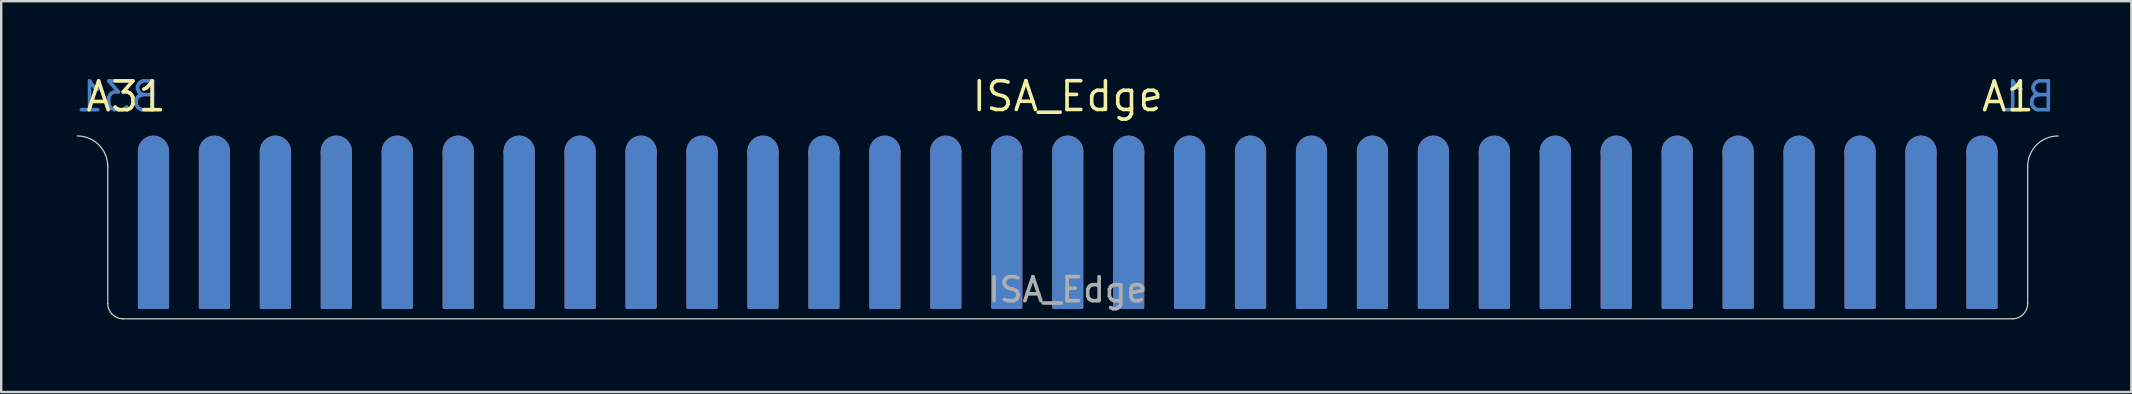
<source format=kicad_pcb>
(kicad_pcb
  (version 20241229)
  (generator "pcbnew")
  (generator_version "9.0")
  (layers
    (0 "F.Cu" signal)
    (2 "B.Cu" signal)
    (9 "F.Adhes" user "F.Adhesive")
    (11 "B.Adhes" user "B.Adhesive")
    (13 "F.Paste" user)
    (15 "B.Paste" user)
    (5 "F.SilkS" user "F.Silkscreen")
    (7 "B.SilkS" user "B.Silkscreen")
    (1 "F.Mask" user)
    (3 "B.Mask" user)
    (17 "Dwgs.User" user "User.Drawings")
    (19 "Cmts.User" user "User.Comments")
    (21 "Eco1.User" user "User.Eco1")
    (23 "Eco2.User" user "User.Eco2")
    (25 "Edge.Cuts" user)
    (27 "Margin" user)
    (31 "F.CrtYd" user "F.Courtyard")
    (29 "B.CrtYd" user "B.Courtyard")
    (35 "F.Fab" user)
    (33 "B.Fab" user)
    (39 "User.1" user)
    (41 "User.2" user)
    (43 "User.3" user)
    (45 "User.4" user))
  (footprint "ISA_Edge"
    (layer "F.Cu")
    (at 41.446 6.426)
    (property "Reference" "ISA_Edge" (at 0 -5.461 0) (unlocked yes) (layer "F.SilkS") (effects (font (size 1.2 1.2) (thickness 0.15))))
    (attr smd)
    (fp_rect (start -41.275 -4.445) (end -36.83 3.81) (stroke (width 0.1) (type solid)) (fill yes) (layer "F.Mask"))
    (fp_rect (start -36.83 -4.445) (end -34.29 3.81) (stroke (width 0.1) (type solid)) (fill yes) (layer "F.Mask"))
    (fp_rect (start -34.29 -4.445) (end -31.75 3.81) (stroke (width 0.1) (type solid)) (fill yes) (layer "F.Mask"))
    (fp_rect (start -31.75 -4.445) (end -29.21 3.81) (stroke (width 0.1) (type solid)) (fill yes) (layer "F.Mask"))
    (fp_rect (start -29.21 -4.445) (end -26.67 3.81) (stroke (width 0.1) (type solid)) (fill yes) (layer "F.Mask"))
    (fp_rect (start -26.67 -4.445) (end -24.13 3.81) (stroke (width 0.1) (type solid)) (fill yes) (layer "F.Mask"))
    (fp_rect (start -24.13 -4.445) (end -21.59 3.81) (stroke (width 0.1) (type solid)) (fill yes) (layer "F.Mask"))
    (fp_rect (start -21.59 -4.445) (end -19.05 3.81) (stroke (width 0.1) (type solid)) (fill yes) (layer "F.Mask"))
    (fp_rect (start -19.05 -4.445) (end -16.51 3.81) (stroke (width 0.1) (type solid)) (fill yes) (layer "F.Mask"))
    (fp_rect (start -16.51 -4.445) (end -13.97 3.81) (stroke (width 0.1) (type solid)) (fill yes) (layer "F.Mask"))
    (fp_rect (start -13.97 -4.445) (end -11.43 3.81) (stroke (width 0.1) (type solid)) (fill yes) (layer "F.Mask"))
    (fp_rect (start -11.43 -4.445) (end -8.89 3.81) (stroke (width 0.1) (type solid)) (fill yes) (layer "F.Mask"))
    (fp_rect (start -8.89 -4.445) (end -6.35 3.81) (stroke (width 0.1) (type solid)) (fill yes) (layer "F.Mask"))
    (fp_rect (start -6.35 -4.445) (end -3.81 3.81) (stroke (width 0.1) (type solid)) (fill yes) (layer "F.Mask"))
    (fp_rect (start -3.81 -4.445) (end -1.27 3.81) (stroke (width 0.1) (type solid)) (fill yes) (layer "F.Mask"))
    (fp_rect (start -1.27 -4.445) (end 1.27 3.81) (stroke (width 0.1) (type solid)) (fill yes) (layer "F.Mask"))
    (fp_rect (start 1.27 -4.445) (end 3.81 3.81) (stroke (width 0.1) (type solid)) (fill yes) (layer "F.Mask"))
    (fp_rect (start 3.81 -4.445) (end 6.35 3.81) (stroke (width 0.1) (type solid)) (fill yes) (layer "F.Mask"))
    (fp_rect (start 6.35 -4.445) (end 8.89 3.81) (stroke (width 0.1) (type solid)) (fill yes) (layer "F.Mask"))
    (fp_rect (start 8.89 -4.445) (end 11.43 3.81) (stroke (width 0.1) (type solid)) (fill yes) (layer "F.Mask"))
    (fp_rect (start 11.43 -4.445) (end 13.97 3.81) (stroke (width 0.1) (type solid)) (fill yes) (layer "F.Mask"))
    (fp_rect (start 13.97 -4.445) (end 16.51 3.81) (stroke (width 0.1) (type solid)) (fill yes) (layer "F.Mask"))
    (fp_rect (start 16.51 -4.445) (end 19.05 3.81) (stroke (width 0.1) (type solid)) (fill yes) (layer "F.Mask"))
    (fp_rect (start 19.05 -4.445) (end 21.59 3.81) (stroke (width 0.1) (type solid)) (fill yes) (layer "F.Mask"))
    (fp_rect (start 21.59 -4.445) (end 24.13 3.81) (stroke (width 0.1) (type solid)) (fill yes) (layer "F.Mask"))
    (fp_rect (start 24.13 -4.445) (end 26.67 3.81) (stroke (width 0.1) (type solid)) (fill yes) (layer "F.Mask"))
    (fp_rect (start 26.67 -4.445) (end 29.21 3.81) (stroke (width 0.1) (type solid)) (fill yes) (layer "F.Mask"))
    (fp_rect (start 29.21 -4.445) (end 31.75 3.81) (stroke (width 0.1) (type solid)) (fill yes) (layer "F.Mask"))
    (fp_rect (start 31.75 -4.445) (end 34.29 3.81) (stroke (width 0.1) (type solid)) (fill yes) (layer "F.Mask"))
    (fp_rect (start 34.29 -4.445) (end 36.83 3.81) (stroke (width 0.1) (type solid)) (fill yes) (layer "F.Mask"))
    (fp_rect (start 36.83 -4.445) (end 41.275 3.81) (stroke (width 0.1) (type solid)) (fill yes) (layer "F.Mask"))
    (fp_rect (start -41.275 -4.445) (end -36.83 3.81) (stroke (width 0.1) (type solid)) (fill yes) (layer "B.Mask"))
    (fp_rect (start -36.83 -4.445) (end -34.29 3.81) (stroke (width 0.1) (type solid)) (fill yes) (layer "B.Mask"))
    (fp_rect (start -34.29 -4.445) (end -31.75 3.81) (stroke (width 0.1) (type solid)) (fill yes) (layer "B.Mask"))
    (fp_rect (start -31.75 -4.445) (end -29.21 3.81) (stroke (width 0.1) (type solid)) (fill yes) (layer "B.Mask"))
    (fp_rect (start -29.21 -4.445) (end -26.67 3.81) (stroke (width 0.1) (type solid)) (fill yes) (layer "B.Mask"))
    (fp_rect (start -26.67 -4.445) (end -24.13 3.81) (stroke (width 0.1) (type solid)) (fill yes) (layer "B.Mask"))
    (fp_rect (start -24.13 -4.445) (end -21.59 3.81) (stroke (width 0.1) (type solid)) (fill yes) (layer "B.Mask"))
    (fp_rect (start -21.59 -4.445) (end -19.05 3.81) (stroke (width 0.1) (type solid)) (fill yes) (layer "B.Mask"))
    (fp_rect (start -19.05 -4.445) (end -16.51 3.81) (stroke (width 0.1) (type solid)) (fill yes) (layer "B.Mask"))
    (fp_rect (start -16.51 -4.445) (end -13.97 3.81) (stroke (width 0.1) (type solid)) (fill yes) (layer "B.Mask"))
    (fp_rect (start -13.97 -4.445) (end -11.43 3.81) (stroke (width 0.1) (type solid)) (fill yes) (layer "B.Mask"))
    (fp_rect (start -11.43 -4.445) (end -8.89 3.81) (stroke (width 0.1) (type solid)) (fill yes) (layer "B.Mask"))
    (fp_rect (start -8.89 -4.445) (end -6.35 3.81) (stroke (width 0.1) (type solid)) (fill yes) (layer "B.Mask"))
    (fp_rect (start -6.35 -4.445) (end -3.81 3.81) (stroke (width 0.1) (type solid)) (fill yes) (layer "B.Mask"))
    (fp_rect (start -3.81 -4.445) (end -1.27 3.81) (stroke (width 0.1) (type solid)) (fill yes) (layer "B.Mask"))
    (fp_rect (start -1.27 -4.445) (end 1.27 3.81) (stroke (width 0.1) (type solid)) (fill yes) (layer "B.Mask"))
    (fp_rect (start 1.27 -4.445) (end 3.81 3.81) (stroke (width 0.1) (type solid)) (fill yes) (layer "B.Mask"))
    (fp_rect (start 3.81 -4.445) (end 6.35 3.81) (stroke (width 0.1) (type solid)) (fill yes) (layer "B.Mask"))
    (fp_rect (start 6.35 -4.445) (end 8.89 3.81) (stroke (width 0.1) (type solid)) (fill yes) (layer "B.Mask"))
    (fp_rect (start 8.89 -4.445) (end 11.43 3.81) (stroke (width 0.1) (type solid)) (fill yes) (layer "B.Mask"))
    (fp_rect (start 11.43 -4.445) (end 13.97 3.81) (stroke (width 0.1) (type solid)) (fill yes) (layer "B.Mask"))
    (fp_rect (start 13.97 -4.445) (end 16.51 3.81) (stroke (width 0.1) (type solid)) (fill yes) (layer "B.Mask"))
    (fp_rect (start 16.51 -4.445) (end 19.05 3.81) (stroke (width 0.1) (type solid)) (fill yes) (layer "B.Mask"))
    (fp_rect (start 19.05 -4.445) (end 21.59 3.81) (stroke (width 0.1) (type solid)) (fill yes) (layer "B.Mask"))
    (fp_rect (start 21.59 -4.445) (end 24.13 3.81) (stroke (width 0.1) (type solid)) (fill yes) (layer "B.Mask"))
    (fp_rect (start 24.13 -4.445) (end 26.67 3.81) (stroke (width 0.1) (type solid)) (fill yes) (layer "B.Mask"))
    (fp_rect (start 26.67 -4.445) (end 29.21 3.81) (stroke (width 0.1) (type solid)) (fill yes) (layer "B.Mask"))
    (fp_rect (start 29.21 -4.445) (end 31.75 3.81) (stroke (width 0.1) (type solid)) (fill yes) (layer "B.Mask"))
    (fp_rect (start 31.75 -4.445) (end 34.29 3.81) (stroke (width 0.1) (type solid)) (fill yes) (layer "B.Mask"))
    (fp_rect (start 34.29 -4.445) (end 36.83 3.81) (stroke (width 0.1) (type solid)) (fill yes) (layer "B.Mask"))
    (fp_rect (start 36.83 -4.445) (end 41.275 3.81) (stroke (width 0.1) (type solid)) (fill yes) (layer "B.Mask"))
    (fp_line (start -40.005 3.175) (end -40.005 -2.54) (stroke (width 0.05) (type default)) (layer "Edge.Cuts"))
    (fp_line (start -39.37 3.81) (end 39.37 3.81) (stroke (width 0.05) (type default)) (layer "Edge.Cuts"))
    (fp_line (start 40.005 3.175) (end 40.005 -2.54) (stroke (width 0.05) (type default)) (layer "Edge.Cuts"))
    (fp_arc (start -41.275 -3.81) (mid -40.376974 -3.438026) (end -40.005 -2.54) (stroke (width 0.05) (type default)) (layer "Edge.Cuts"))
    (fp_arc (start -39.37 3.81) (mid -39.819013 3.624013) (end -40.005 3.175) (stroke (width 0.05) (type default)) (layer "Edge.Cuts"))
    (fp_arc (start 40.005 -2.54) (mid 40.376974 -3.438026) (end 41.275 -3.81) (stroke (width 0.05) (type default)) (layer "Edge.Cuts"))
    (fp_arc (start 40.005 3.175) (mid 39.819013 3.624013) (end 39.37 3.81) (stroke (width 0.05) (type default)) (layer "Edge.Cuts"))
    (fp_text user "B1" (at 41.25 -4.75 0) (unlocked yes) (layer "B.Cu") (effects (font (size 1.2 1.2) (thickness 0.15)) (justify left bottom mirror)))
    (fp_text user "B31" (at -37.75 -4.75 0) (unlocked yes) (layer "B.Cu") (effects (font (size 1.2 1.2) (thickness 0.15)) (justify left bottom mirror)))
    (fp_text user "A31" (at -41 -4.75 0) (unlocked yes) (layer "F.SilkS") (effects (font (size 1.2 1.2) (thickness 0.15)) (justify left bottom)))
    (fp_text user "A1" (at 38 -4.75 0) (unlocked yes) (layer "F.SilkS") (effects (font (size 1.2 1.2) (thickness 0.15)) (justify left bottom)))
    (fp_text user "${REFERENCE}" (at 0 2.6 0) (unlocked yes) (layer "F.Fab") (effects (font (size 1 1) (thickness 0.15))))
    (pad "a1" smd circle (at 38.1 -3.175) (size 1.3 1.3) (layers "F.Cu" "F.Mask" "F.Paste"))
    (pad "a1" smd roundrect (at 38.1 0.1) (size 1.3 6.6) (layers "F.Cu" "F.Mask" "F.Paste") (roundrect_rratio 0.05))
    (pad "a2" smd circle (at 35.56 -3.175) (size 1.3 1.3) (layers "F.Cu" "F.Mask" "F.Paste"))
    (pad "a2" smd roundrect (at 35.56 0.1) (size 1.3 6.6) (layers "F.Cu" "F.Mask" "F.Paste") (roundrect_rratio 0.05))
    (pad "a3" smd circle (at 33.02 -3.175) (size 1.3 1.3) (layers "F.Cu" "F.Mask" "F.Paste"))
    (pad "a3" smd roundrect (at 33.02 0.1) (size 1.3 6.6) (layers "F.Cu" "F.Mask" "F.Paste") (roundrect_rratio 0.05))
    (pad "a4" smd circle (at 30.48 -3.175) (size 1.3 1.3) (layers "F.Cu" "F.Mask" "F.Paste"))
    (pad "a4" smd roundrect (at 30.48 0.1) (size 1.3 6.6) (layers "F.Cu" "F.Mask" "F.Paste") (roundrect_rratio 0.05))
    (pad "a5" smd circle (at 27.94 -3.175) (size 1.3 1.3) (layers "F.Cu" "F.Mask" "F.Paste"))
    (pad "a5" smd roundrect (at 27.94 0.1) (size 1.3 6.6) (layers "F.Cu" "F.Mask" "F.Paste") (roundrect_rratio 0.05))
    (pad "a6" smd circle (at 25.4 -3.175) (size 1.3 1.3) (layers "F.Cu" "F.Mask" "F.Paste"))
    (pad "a6" smd roundrect (at 25.4 0.1) (size 1.3 6.6) (layers "F.Cu" "F.Mask" "F.Paste") (roundrect_rratio 0.05))
    (pad "a7" smd circle (at 22.86 -3.175) (size 1.3 1.3) (layers "F.Cu" "F.Mask" "F.Paste"))
    (pad "a7" smd roundrect (at 22.86 0.1) (size 1.3 6.6) (layers "F.Cu" "F.Mask" "F.Paste") (roundrect_rratio 0.05))
    (pad "a8" smd circle (at 20.32 -3.175) (size 1.3 1.3) (layers "F.Cu" "F.Mask" "F.Paste"))
    (pad "a8" smd roundrect (at 20.32 0.1) (size 1.3 6.6) (layers "F.Cu" "F.Mask" "F.Paste") (roundrect_rratio 0.05))
    (pad "a9" smd circle (at 17.78 -3.175) (size 1.3 1.3) (layers "F.Cu" "F.Mask" "F.Paste"))
    (pad "a9" smd roundrect (at 17.78 0.1) (size 1.3 6.6) (layers "F.Cu" "F.Mask" "F.Paste") (roundrect_rratio 0.05))
    (pad "a10" smd circle (at 15.24 -3.175) (size 1.3 1.3) (layers "F.Cu" "F.Mask" "F.Paste"))
    (pad "a10" smd roundrect (at 15.24 0.1) (size 1.3 6.6) (layers "F.Cu" "F.Mask" "F.Paste") (roundrect_rratio 0.05))
    (pad "a11" smd circle (at 12.7 -3.175) (size 1.3 1.3) (layers "F.Cu" "F.Mask" "F.Paste"))
    (pad "a11" smd roundrect (at 12.7 0.1) (size 1.3 6.6) (layers "F.Cu" "F.Mask" "F.Paste") (roundrect_rratio 0.05))
    (pad "a12" smd circle (at 10.16 -3.175) (size 1.3 1.3) (layers "F.Cu" "F.Mask" "F.Paste"))
    (pad "a12" smd roundrect (at 10.16 0.1) (size 1.3 6.6) (layers "F.Cu" "F.Mask" "F.Paste") (roundrect_rratio 0.05))
    (pad "a13" smd circle (at 7.62 -3.175) (size 1.3 1.3) (layers "F.Cu" "F.Mask" "F.Paste"))
    (pad "a13" smd roundrect (at 7.62 0.1) (size 1.3 6.6) (layers "F.Cu" "F.Mask" "F.Paste") (roundrect_rratio 0.05))
    (pad "a14" smd circle (at 5.08 -3.175) (size 1.3 1.3) (layers "F.Cu" "F.Mask" "F.Paste"))
    (pad "a14" smd roundrect (at 5.08 0.1) (size 1.3 6.6) (layers "F.Cu" "F.Mask" "F.Paste") (roundrect_rratio 0.05))
    (pad "a15" smd circle (at 2.54 -3.175) (size 1.3 1.3) (layers "F.Cu" "F.Mask" "F.Paste"))
    (pad "a15" smd roundrect (at 2.54 0.1) (size 1.3 6.6) (layers "F.Cu" "F.Mask" "F.Paste") (roundrect_rratio 0.05))
    (pad "a16" smd circle (at 0 -3.175) (size 1.3 1.3) (layers "F.Cu" "F.Mask" "F.Paste"))
    (pad "a16" smd roundrect (at 0 0.1) (size 1.3 6.6) (layers "F.Cu" "F.Mask" "F.Paste") (roundrect_rratio 0.05))
    (pad "a17" smd circle (at -2.54 -3.175) (size 1.3 1.3) (layers "F.Cu" "F.Mask" "F.Paste"))
    (pad "a17" smd roundrect (at -2.54 0.1) (size 1.3 6.6) (layers "F.Cu" "F.Mask" "F.Paste") (roundrect_rratio 0.05))
    (pad "a18" smd circle (at -5.08 -3.175) (size 1.3 1.3) (layers "F.Cu" "F.Mask" "F.Paste"))
    (pad "a18" smd roundrect (at -5.08 0.1) (size 1.3 6.6) (layers "F.Cu" "F.Mask" "F.Paste") (roundrect_rratio 0.05))
    (pad "a19" smd circle (at -7.62 -3.175) (size 1.3 1.3) (layers "F.Cu" "F.Mask" "F.Paste"))
    (pad "a19" smd roundrect (at -7.62 0.1) (size 1.3 6.6) (layers "F.Cu" "F.Mask" "F.Paste") (roundrect_rratio 0.05))
    (pad "a20" smd circle (at -10.16 -3.175) (size 1.3 1.3) (layers "F.Cu" "F.Mask" "F.Paste"))
    (pad "a20" smd roundrect (at -10.16 0.1) (size 1.3 6.6) (layers "F.Cu" "F.Mask" "F.Paste") (roundrect_rratio 0.05))
    (pad "a21" smd circle (at -12.7 -3.175) (size 1.3 1.3) (layers "F.Cu" "F.Mask" "F.Paste"))
    (pad "a21" smd roundrect (at -12.7 0.1) (size 1.3 6.6) (layers "F.Cu" "F.Mask" "F.Paste") (roundrect_rratio 0.05))
    (pad "a22" smd circle (at -15.24 -3.175) (size 1.3 1.3) (layers "F.Cu" "F.Mask" "F.Paste"))
    (pad "a22" smd roundrect (at -15.24 0.1) (size 1.3 6.6) (layers "F.Cu" "F.Mask" "F.Paste") (roundrect_rratio 0.05))
    (pad "a23" smd circle (at -17.78 -3.175) (size 1.3 1.3) (layers "F.Cu" "F.Mask" "F.Paste"))
    (pad "a23" smd roundrect (at -17.78 0.1) (size 1.3 6.6) (layers "F.Cu" "F.Mask" "F.Paste") (roundrect_rratio 0.05))
    (pad "a24" smd circle (at -20.32 -3.175) (size 1.3 1.3) (layers "F.Cu" "F.Mask" "F.Paste"))
    (pad "a24" smd roundrect (at -20.32 0.1) (size 1.3 6.6) (layers "F.Cu" "F.Mask" "F.Paste") (roundrect_rratio 0.05))
    (pad "a25" smd circle (at -22.86 -3.175) (size 1.3 1.3) (layers "F.Cu" "F.Mask" "F.Paste"))
    (pad "a25" smd roundrect (at -22.86 0.1) (size 1.3 6.6) (layers "F.Cu" "F.Mask" "F.Paste") (roundrect_rratio 0.05))
    (pad "a26" smd circle (at -25.4 -3.175) (size 1.3 1.3) (layers "F.Cu" "F.Mask" "F.Paste"))
    (pad "a26" smd roundrect (at -25.4 0.1) (size 1.3 6.6) (layers "F.Cu" "F.Mask" "F.Paste") (roundrect_rratio 0.05))
    (pad "a27" smd circle (at -27.94 -3.175) (size 1.3 1.3) (layers "F.Cu" "F.Mask" "F.Paste"))
    (pad "a27" smd roundrect (at -27.94 0.1) (size 1.3 6.6) (layers "F.Cu" "F.Mask" "F.Paste") (roundrect_rratio 0.05))
    (pad "a28" smd circle (at -30.48 -3.175) (size 1.3 1.3) (layers "F.Cu" "F.Mask" "F.Paste"))
    (pad "a28" smd roundrect (at -30.48 0.1) (size 1.3 6.6) (layers "F.Cu" "F.Mask" "F.Paste") (roundrect_rratio 0.05))
    (pad "a29" smd circle (at -33.02 -3.175) (size 1.3 1.3) (layers "F.Cu" "F.Mask" "F.Paste"))
    (pad "a29" smd roundrect (at -33.02 0.1) (size 1.3 6.6) (layers "F.Cu" "F.Mask" "F.Paste") (roundrect_rratio 0.05))
    (pad "a30" smd circle (at -35.56 -3.175) (size 1.3 1.3) (layers "F.Cu" "F.Mask" "F.Paste"))
    (pad "a30" smd roundrect (at -35.56 0.1) (size 1.3 6.6) (layers "F.Cu" "F.Mask" "F.Paste") (roundrect_rratio 0.05))
    (pad "a31" smd circle (at -38.1 -3.175) (size 1.3 1.3) (layers "F.Cu" "F.Mask" "F.Paste"))
    (pad "a31" smd roundrect (at -38.1 0.1) (size 1.3 6.6) (layers "F.Cu" "F.Mask" "F.Paste") (roundrect_rratio 0.05))
    (pad "b1" smd circle (at 38.1 -3.175) (size 1.3 1.3) (layers "B.Cu" "B.Mask" "B.Paste"))
    (pad "b1" smd roundrect (at 38.1 0.1) (size 1.3 6.6) (layers "B.Cu" "B.Mask" "B.Paste") (roundrect_rratio 0.05))
    (pad "b2" smd circle (at 35.56 -3.175) (size 1.3 1.3) (layers "B.Cu" "B.Mask" "B.Paste"))
    (pad "b2" smd roundrect (at 35.56 0.1) (size 1.3 6.6) (layers "B.Cu" "B.Mask" "B.Paste") (roundrect_rratio 0.05))
    (pad "b3" smd circle (at 33.02 -3.175) (size 1.3 1.3) (layers "B.Cu" "B.Mask" "B.Paste"))
    (pad "b3" smd roundrect (at 33.02 0.1) (size 1.3 6.6) (layers "B.Cu" "B.Mask" "B.Paste") (roundrect_rratio 0.05))
    (pad "b4" smd circle (at 30.48 -3.175) (size 1.3 1.3) (layers "B.Cu" "B.Mask" "B.Paste"))
    (pad "b4" smd roundrect (at 30.48 0.1) (size 1.3 6.6) (layers "B.Cu" "B.Mask" "B.Paste") (roundrect_rratio 0.05))
    (pad "b5" smd circle (at 27.94 -3.175) (size 1.3 1.3) (layers "B.Cu" "B.Mask" "B.Paste"))
    (pad "b5" smd roundrect (at 27.94 0.1) (size 1.3 6.6) (layers "B.Cu" "B.Mask" "B.Paste") (roundrect_rratio 0.05))
    (pad "b6" smd circle (at 25.4 -3.175) (size 1.3 1.3) (layers "B.Cu" "B.Mask" "B.Paste"))
    (pad "b6" smd roundrect (at 25.4 0.1) (size 1.3 6.6) (layers "B.Cu" "B.Mask" "B.Paste") (roundrect_rratio 0.05))
    (pad "b7" smd circle (at 22.86 -3.175) (size 1.3 1.3) (layers "B.Cu" "B.Mask" "B.Paste"))
    (pad "b7" smd roundrect (at 22.86 0.1) (size 1.3 6.6) (layers "B.Cu" "B.Mask" "B.Paste") (roundrect_rratio 0.05))
    (pad "b8" smd circle (at 20.32 -3.175) (size 1.3 1.3) (layers "B.Cu" "B.Mask" "B.Paste"))
    (pad "b8" smd roundrect (at 20.32 0.1) (size 1.3 6.6) (layers "B.Cu" "B.Mask" "B.Paste") (roundrect_rratio 0.05))
    (pad "b9" smd circle (at 17.78 -3.175) (size 1.3 1.3) (layers "B.Cu" "B.Mask" "B.Paste"))
    (pad "b9" smd roundrect (at 17.78 0.1) (size 1.3 6.6) (layers "B.Cu" "B.Mask" "B.Paste") (roundrect_rratio 0.05))
    (pad "b10" smd circle (at 15.24 -3.175) (size 1.3 1.3) (layers "B.Cu" "B.Mask" "B.Paste"))
    (pad "b10" smd roundrect (at 15.24 0.1) (size 1.3 6.6) (layers "B.Cu" "B.Mask" "B.Paste") (roundrect_rratio 0.05))
    (pad "b11" smd circle (at 12.7 -3.175) (size 1.3 1.3) (layers "B.Cu" "B.Mask" "B.Paste"))
    (pad "b11" smd roundrect (at 12.7 0.1) (size 1.3 6.6) (layers "B.Cu" "B.Mask" "B.Paste") (roundrect_rratio 0.05))
    (pad "b12" smd circle (at 10.16 -3.175) (size 1.3 1.3) (layers "B.Cu" "B.Mask" "B.Paste"))
    (pad "b12" smd roundrect (at 10.16 0.1) (size 1.3 6.6) (layers "B.Cu" "B.Mask" "B.Paste") (roundrect_rratio 0.05))
    (pad "b13" smd circle (at 7.62 -3.175) (size 1.3 1.3) (layers "B.Cu" "B.Mask" "B.Paste"))
    (pad "b13" smd roundrect (at 7.62 0.1) (size 1.3 6.6) (layers "B.Cu" "B.Mask" "B.Paste") (roundrect_rratio 0.05))
    (pad "b14" smd circle (at 5.08 -3.175) (size 1.3 1.3) (layers "B.Cu" "B.Mask" "B.Paste"))
    (pad "b14" smd roundrect (at 5.08 0.1) (size 1.3 6.6) (layers "B.Cu" "B.Mask" "B.Paste") (roundrect_rratio 0.05))
    (pad "b15" smd circle (at 2.54 -3.175) (size 1.3 1.3) (layers "B.Cu" "B.Mask" "B.Paste"))
    (pad "b15" smd roundrect (at 2.54 0.1) (size 1.3 6.6) (layers "B.Cu" "B.Mask" "B.Paste") (roundrect_rratio 0.05))
    (pad "b16" smd circle (at 0 -3.175) (size 1.3 1.3) (layers "B.Cu" "B.Mask" "B.Paste"))
    (pad "b16" smd roundrect (at 0 0.1) (size 1.3 6.6) (layers "B.Cu" "B.Mask" "B.Paste") (roundrect_rratio 0.05))
    (pad "b17" smd circle (at -2.54 -3.175) (size 1.3 1.3) (layers "B.Cu" "B.Mask" "B.Paste"))
    (pad "b17" smd roundrect (at -2.54 0.1) (size 1.3 6.6) (layers "B.Cu" "B.Mask" "B.Paste") (roundrect_rratio 0.05))
    (pad "b18" smd circle (at -5.08 -3.175) (size 1.3 1.3) (layers "B.Cu" "B.Mask" "B.Paste"))
    (pad "b18" smd roundrect (at -5.08 0.1) (size 1.3 6.6) (layers "B.Cu" "B.Mask" "B.Paste") (roundrect_rratio 0.05))
    (pad "b19" smd circle (at -7.62 -3.175) (size 1.3 1.3) (layers "B.Cu" "B.Mask" "B.Paste"))
    (pad "b19" smd roundrect (at -7.62 0.1) (size 1.3 6.6) (layers "B.Cu" "B.Mask" "B.Paste") (roundrect_rratio 0.05))
    (pad "b20" smd circle (at -10.16 -3.175) (size 1.3 1.3) (layers "B.Cu" "B.Mask" "B.Paste"))
    (pad "b20" smd roundrect (at -10.16 0.1) (size 1.3 6.6) (layers "B.Cu" "B.Mask" "B.Paste") (roundrect_rratio 0.05))
    (pad "b21" smd circle (at -12.7 -3.175) (size 1.3 1.3) (layers "B.Cu" "B.Mask" "B.Paste"))
    (pad "b21" smd roundrect (at -12.7 0.1) (size 1.3 6.6) (layers "B.Cu" "B.Mask" "B.Paste") (roundrect_rratio 0.05))
    (pad "b22" smd circle (at -15.24 -3.175) (size 1.3 1.3) (layers "B.Cu" "B.Mask" "B.Paste"))
    (pad "b22" smd roundrect (at -15.24 0.1) (size 1.3 6.6) (layers "B.Cu" "B.Mask" "B.Paste") (roundrect_rratio 0.05))
    (pad "b23" smd circle (at -17.78 -3.175) (size 1.3 1.3) (layers "B.Cu" "B.Mask" "B.Paste"))
    (pad "b23" smd roundrect (at -17.78 0.1) (size 1.3 6.6) (layers "B.Cu" "B.Mask" "B.Paste") (roundrect_rratio 0.05))
    (pad "b24" smd circle (at -20.32 -3.175) (size 1.3 1.3) (layers "B.Cu" "B.Mask" "B.Paste"))
    (pad "b24" smd roundrect (at -20.32 0.1) (size 1.3 6.6) (layers "B.Cu" "B.Mask" "B.Paste") (roundrect_rratio 0.05))
    (pad "b25" smd circle (at -22.86 -3.175) (size 1.3 1.3) (layers "B.Cu" "B.Mask" "B.Paste"))
    (pad "b25" smd roundrect (at -22.86 0.1) (size 1.3 6.6) (layers "B.Cu" "B.Mask" "B.Paste") (roundrect_rratio 0.05))
    (pad "b26" smd circle (at -25.4 -3.175) (size 1.3 1.3) (layers "B.Cu" "B.Mask" "B.Paste"))
    (pad "b26" smd roundrect (at -25.4 0.1) (size 1.3 6.6) (layers "B.Cu" "B.Mask" "B.Paste") (roundrect_rratio 0.05))
    (pad "b27" smd circle (at -27.94 -3.175) (size 1.3 1.3) (layers "B.Cu" "B.Mask" "B.Paste"))
    (pad "b27" smd roundrect (at -27.94 0.1) (size 1.3 6.6) (layers "B.Cu" "B.Mask" "B.Paste") (roundrect_rratio 0.05))
    (pad "b28" smd circle (at -30.48 -3.175) (size 1.3 1.3) (layers "B.Cu" "B.Mask" "B.Paste"))
    (pad "b28" smd roundrect (at -30.48 0.1) (size 1.3 6.6) (layers "B.Cu" "B.Mask" "B.Paste") (roundrect_rratio 0.05))
    (pad "b29" smd circle (at -33.02 -3.175) (size 1.3 1.3) (layers "B.Cu" "B.Mask" "B.Paste"))
    (pad "b29" smd roundrect (at -33.02 0.1) (size 1.3 6.6) (layers "B.Cu" "B.Mask" "B.Paste") (roundrect_rratio 0.05))
    (pad "b30" smd circle (at -35.56 -3.175) (size 1.3 1.3) (layers "B.Cu" "B.Mask" "B.Paste"))
    (pad "b30" smd roundrect (at -35.56 0.1) (size 1.3 6.6) (layers "B.Cu" "B.Mask" "B.Paste") (roundrect_rratio 0.05))
    (pad "b31" smd circle (at -38.1 -3.175) (size 1.3 1.3) (layers "B.Cu" "B.Mask" "B.Paste"))
    (pad "b31" smd roundrect (at -38.1 0.1) (size 1.3 6.6) (layers "B.Cu" "B.Mask" "B.Paste") (roundrect_rratio 0.05)))
  (gr_rect
    (start -3 -3)
    (end 85.771 13.286)
    (stroke (width 0.1) (type default))
    (fill no)
    (layer "Edge.Cuts")))
</source>
